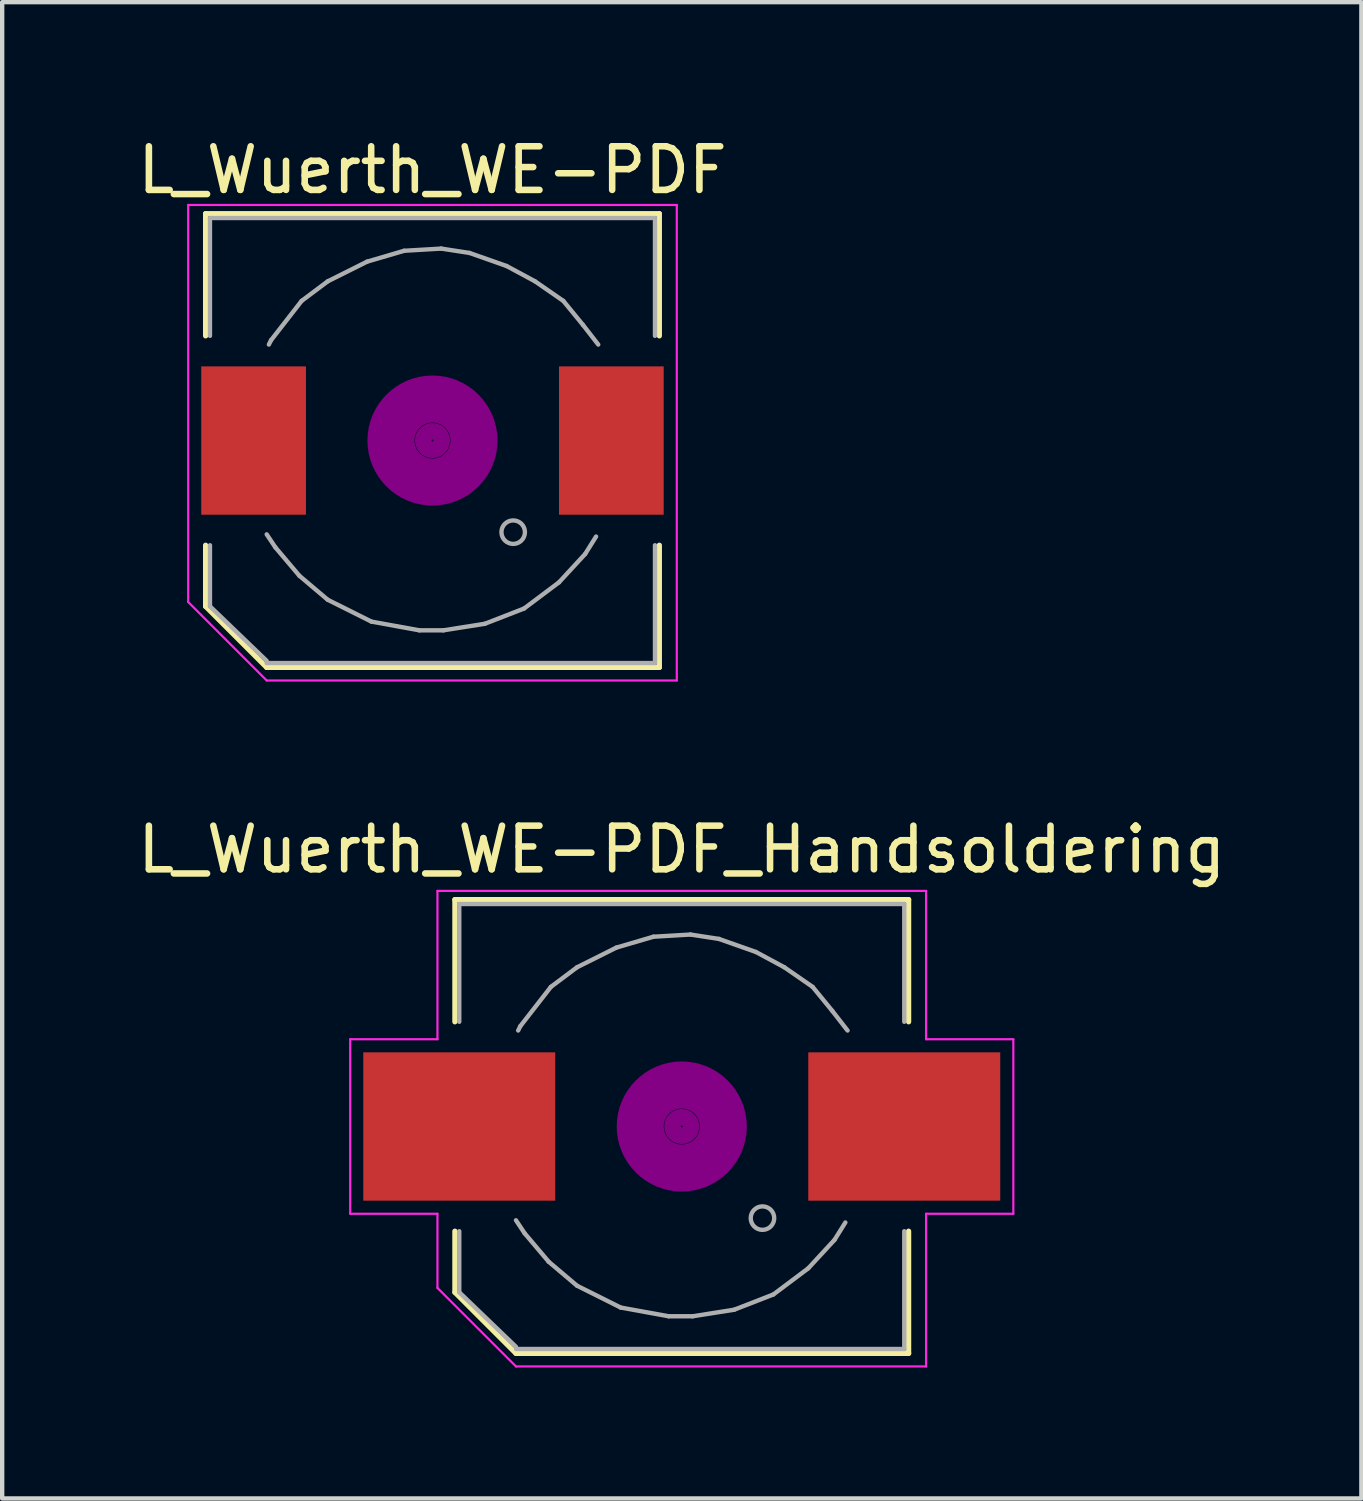
<source format=kicad_pcb>
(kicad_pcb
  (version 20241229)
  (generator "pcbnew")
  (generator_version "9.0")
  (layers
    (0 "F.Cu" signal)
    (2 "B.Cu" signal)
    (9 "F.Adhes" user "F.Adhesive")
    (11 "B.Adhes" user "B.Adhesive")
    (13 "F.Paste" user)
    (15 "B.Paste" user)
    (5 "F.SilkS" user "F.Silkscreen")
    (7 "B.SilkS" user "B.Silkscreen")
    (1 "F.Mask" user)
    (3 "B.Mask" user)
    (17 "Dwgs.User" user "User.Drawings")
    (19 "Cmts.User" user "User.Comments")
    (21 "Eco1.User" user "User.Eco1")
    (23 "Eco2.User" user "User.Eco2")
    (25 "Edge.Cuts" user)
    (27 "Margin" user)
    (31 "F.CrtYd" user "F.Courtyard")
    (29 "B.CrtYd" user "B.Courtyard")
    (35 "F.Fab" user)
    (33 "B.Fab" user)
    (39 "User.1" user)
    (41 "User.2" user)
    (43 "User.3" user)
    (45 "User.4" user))
  (footprint "L_Wuerth_WE-PDF_Handsoldering"
    (layer "F.Cu")
    (at 12.577 22.771)
    (property "Reference" "L_Wuerth_WE-PDF_Handsoldering" (at 0 -6.35 0) (layer "F.SilkS") (effects (font (size 1 1) (thickness 0.15))))
    (attr smd)
    (fp_line (start -5.2 -5.2) (end 5.2 -5.2) (stroke (width 0.12) (type solid)) (layer "F.SilkS"))
    (fp_line (start -5.2 -2.4) (end -5.2 -5.2) (stroke (width 0.12) (type solid)) (layer "F.SilkS"))
    (fp_line (start -5.2 3.8) (end -5.2 2.4) (stroke (width 0.12) (type solid)) (layer "F.SilkS"))
    (fp_line (start -3.8 5.2) (end -5.2 3.8) (stroke (width 0.12) (type solid)) (layer "F.SilkS"))
    (fp_line (start 5.2 -5.2) (end 5.2 -2.4) (stroke (width 0.12) (type solid)) (layer "F.SilkS"))
    (fp_line (start 5.2 2.4) (end 5.2 5.2) (stroke (width 0.12) (type solid)) (layer "F.SilkS"))
    (fp_line (start 5.2 5.2) (end -3.8 5.2) (stroke (width 0.12) (type solid)) (layer "F.SilkS"))
    (fp_circle (center 0 0) (end 0.15 0.15) (stroke (width 0.38) (type solid)) (fill no) (layer "F.Adhes"))
    (fp_circle (center 0 0) (end 0.6 0.05) (stroke (width 0.38) (type solid)) (fill no) (layer "F.Adhes"))
    (fp_circle (center 0 0) (end 0.95 0) (stroke (width 0.38) (type solid)) (fill no) (layer "F.Adhes"))
    (fp_circle (center 0 0) (end 1.3 0.05) (stroke (width 0.38) (type solid)) (fill no) (layer "F.Adhes"))
    (fp_line (start -7.6 -2) (end -5.6 -2) (stroke (width 0.05) (type solid)) (layer "F.CrtYd"))
    (fp_line (start -7.6 2) (end -7.6 -2) (stroke (width 0.05) (type solid)) (layer "F.CrtYd"))
    (fp_line (start -5.6 -5.4) (end 5.6 -5.4) (stroke (width 0.05) (type solid)) (layer "F.CrtYd"))
    (fp_line (start -5.6 -2) (end -5.6 -5.4) (stroke (width 0.05) (type solid)) (layer "F.CrtYd"))
    (fp_line (start -5.6 2) (end -7.6 2) (stroke (width 0.05) (type solid)) (layer "F.CrtYd"))
    (fp_line (start -5.6 3.7) (end -5.6 2) (stroke (width 0.05) (type solid)) (layer "F.CrtYd"))
    (fp_line (start -3.8 5.5) (end -5.6 3.7) (stroke (width 0.05) (type solid)) (layer "F.CrtYd"))
    (fp_line (start 5.6 -5.4) (end 5.6 -2) (stroke (width 0.05) (type solid)) (layer "F.CrtYd"))
    (fp_line (start 5.6 -2) (end 7.6 -2) (stroke (width 0.05) (type solid)) (layer "F.CrtYd"))
    (fp_line (start 5.6 2) (end 5.6 5.5) (stroke (width 0.05) (type solid)) (layer "F.CrtYd"))
    (fp_line (start 5.6 5.5) (end -3.8 5.5) (stroke (width 0.05) (type solid)) (layer "F.CrtYd"))
    (fp_line (start 7.6 -2) (end 7.6 2) (stroke (width 0.05) (type solid)) (layer "F.CrtYd"))
    (fp_line (start 7.6 2) (end 5.6 2) (stroke (width 0.05) (type solid)) (layer "F.CrtYd"))
    (fp_line (start -5.1 -5.1) (end -5.1 -2.4) (stroke (width 0.1) (type solid)) (layer "F.Fab"))
    (fp_line (start -5.1 2.4) (end -5.1 3.8) (stroke (width 0.1) (type solid)) (layer "F.Fab"))
    (fp_line (start -5.1 3.8) (end -3.8 5.05) (stroke (width 0.1) (type solid)) (layer "F.Fab"))
    (fp_line (start -3.8 2.15) (end -3.6 2.45) (stroke (width 0.1) (type solid)) (layer "F.Fab"))
    (fp_line (start -3.7 -2.3) (end -3.75 -2.2) (stroke (width 0.1) (type solid)) (layer "F.Fab"))
    (fp_line (start -3.6 2.45) (end -3.05 3.1) (stroke (width 0.1) (type solid)) (layer "F.Fab"))
    (fp_line (start -3.05 3.1) (end -2.4 3.65) (stroke (width 0.1) (type solid)) (layer "F.Fab"))
    (fp_line (start -3 -3.2) (end -3.7 -2.3) (stroke (width 0.1) (type solid)) (layer "F.Fab"))
    (fp_line (start -2.4 -3.65) (end -3 -3.2) (stroke (width 0.1) (type solid)) (layer "F.Fab"))
    (fp_line (start -2.4 3.65) (end -1.4 4.15) (stroke (width 0.1) (type solid)) (layer "F.Fab"))
    (fp_line (start -1.5 -4.1) (end -2.4 -3.65) (stroke (width 0.1) (type solid)) (layer "F.Fab"))
    (fp_line (start -1.4 4.15) (end -0.3 4.35) (stroke (width 0.1) (type solid)) (layer "F.Fab"))
    (fp_line (start -0.65 -4.35) (end -1.5 -4.1) (stroke (width 0.1) (type solid)) (layer "F.Fab"))
    (fp_line (start -0.3 4.35) (end 0.25 4.35) (stroke (width 0.1) (type solid)) (layer "F.Fab"))
    (fp_line (start 0.2 -4.4) (end -0.65 -4.35) (stroke (width 0.1) (type solid)) (layer "F.Fab"))
    (fp_line (start 0.25 4.35) (end 1.2 4.2) (stroke (width 0.1) (type solid)) (layer "F.Fab"))
    (fp_line (start 0.85 -4.3) (end 0.2 -4.4) (stroke (width 0.1) (type solid)) (layer "F.Fab"))
    (fp_line (start 1.2 4.2) (end 2.1 3.85) (stroke (width 0.1) (type solid)) (layer "F.Fab"))
    (fp_line (start 1.7 -4) (end 0.85 -4.3) (stroke (width 0.1) (type solid)) (layer "F.Fab"))
    (fp_line (start 2.1 3.85) (end 2.9 3.25) (stroke (width 0.1) (type solid)) (layer "F.Fab"))
    (fp_line (start 2.35 -3.65) (end 1.7 -4) (stroke (width 0.1) (type solid)) (layer "F.Fab"))
    (fp_line (start 2.9 3.25) (end 3.5 2.6) (stroke (width 0.1) (type solid)) (layer "F.Fab"))
    (fp_line (start 3 -3.2) (end 2.35 -3.65) (stroke (width 0.1) (type solid)) (layer "F.Fab"))
    (fp_line (start 3.45 -2.65) (end 3 -3.2) (stroke (width 0.1) (type solid)) (layer "F.Fab"))
    (fp_line (start 3.5 2.6) (end 3.75 2.2) (stroke (width 0.1) (type solid)) (layer "F.Fab"))
    (fp_line (start 3.8 -2.2) (end 3.45 -2.65) (stroke (width 0.1) (type solid)) (layer "F.Fab"))
    (fp_line (start 5.1 -5.1) (end -5.1 -5.1) (stroke (width 0.1) (type solid)) (layer "F.Fab"))
    (fp_line (start 5.1 -5.1) (end 5.1 -2.4) (stroke (width 0.1) (type solid)) (layer "F.Fab"))
    (fp_line (start 5.1 5.1) (end -3.8 5.1) (stroke (width 0.1) (type solid)) (layer "F.Fab"))
    (fp_line (start 5.1 5.1) (end 5.1 2.4) (stroke (width 0.1) (type solid)) (layer "F.Fab"))
    (fp_circle (center 1.85 2.1) (end 2.1 2.2) (stroke (width 0.1) (type solid)) (fill no) (layer "F.Fab"))
    (pad "1" smd rect (at -5.1 0) (size 4.4 3.4) (layers "F.Cu" "F.Mask" "F.Paste"))
    (pad "2" smd rect (at 5.1 0) (size 4.4 3.4) (layers "F.Cu" "F.Mask" "F.Paste")))
  (footprint "L_Wuerth_WE-PDF"
    (layer "F.Cu")
    (at 6.863 7.048)
    (property "Reference" "L_Wuerth_WE-PDF" (at 0 -6.2 0) (layer "F.SilkS") (effects (font (size 1 1) (thickness 0.15))))
    (attr smd)
    (fp_line (start -5.2 -5.2) (end 5.2 -5.2) (stroke (width 0.12) (type solid)) (layer "F.SilkS"))
    (fp_line (start -5.2 -2.4) (end -5.2 -5.2) (stroke (width 0.12) (type solid)) (layer "F.SilkS"))
    (fp_line (start -5.2 3.8) (end -5.2 2.4) (stroke (width 0.12) (type solid)) (layer "F.SilkS"))
    (fp_line (start -3.8 5.2) (end -5.2 3.8) (stroke (width 0.12) (type solid)) (layer "F.SilkS"))
    (fp_line (start 5.2 -5.2) (end 5.2 -2.4) (stroke (width 0.12) (type solid)) (layer "F.SilkS"))
    (fp_line (start 5.2 2.4) (end 5.2 5.2) (stroke (width 0.12) (type solid)) (layer "F.SilkS"))
    (fp_line (start 5.2 5.2) (end -3.8 5.2) (stroke (width 0.12) (type solid)) (layer "F.SilkS"))
    (fp_circle (center 0 0) (end 0.15 0.15) (stroke (width 0.38) (type solid)) (fill no) (layer "F.Adhes"))
    (fp_circle (center 0 0) (end 0.6 0.05) (stroke (width 0.38) (type solid)) (fill no) (layer "F.Adhes"))
    (fp_circle (center 0 0) (end 0.95 0) (stroke (width 0.38) (type solid)) (fill no) (layer "F.Adhes"))
    (fp_circle (center 0 0) (end 1.3 0.05) (stroke (width 0.38) (type solid)) (fill no) (layer "F.Adhes"))
    (fp_line (start -5.6 -5.4) (end 5.6 -5.4) (stroke (width 0.05) (type solid)) (layer "F.CrtYd"))
    (fp_line (start -5.6 3.7) (end -5.6 -5.4) (stroke (width 0.05) (type solid)) (layer "F.CrtYd"))
    (fp_line (start -3.8 5.5) (end -5.6 3.7) (stroke (width 0.05) (type solid)) (layer "F.CrtYd"))
    (fp_line (start 5.6 -5.4) (end 5.6 5.5) (stroke (width 0.05) (type solid)) (layer "F.CrtYd"))
    (fp_line (start 5.6 5.5) (end -3.8 5.5) (stroke (width 0.05) (type solid)) (layer "F.CrtYd"))
    (fp_line (start -5.1 -5.1) (end -5.1 -2.4) (stroke (width 0.1) (type solid)) (layer "F.Fab"))
    (fp_line (start -5.1 2.4) (end -5.1 3.8) (stroke (width 0.1) (type solid)) (layer "F.Fab"))
    (fp_line (start -5.1 3.8) (end -3.8 5.05) (stroke (width 0.1) (type solid)) (layer "F.Fab"))
    (fp_line (start -3.8 2.15) (end -3.6 2.45) (stroke (width 0.1) (type solid)) (layer "F.Fab"))
    (fp_line (start -3.7 -2.3) (end -3.75 -2.2) (stroke (width 0.1) (type solid)) (layer "F.Fab"))
    (fp_line (start -3.6 2.45) (end -3.05 3.1) (stroke (width 0.1) (type solid)) (layer "F.Fab"))
    (fp_line (start -3.05 3.1) (end -2.4 3.65) (stroke (width 0.1) (type solid)) (layer "F.Fab"))
    (fp_line (start -3 -3.2) (end -3.7 -2.3) (stroke (width 0.1) (type solid)) (layer "F.Fab"))
    (fp_line (start -2.4 -3.65) (end -3 -3.2) (stroke (width 0.1) (type solid)) (layer "F.Fab"))
    (fp_line (start -2.4 3.65) (end -1.4 4.15) (stroke (width 0.1) (type solid)) (layer "F.Fab"))
    (fp_line (start -1.5 -4.1) (end -2.4 -3.65) (stroke (width 0.1) (type solid)) (layer "F.Fab"))
    (fp_line (start -1.4 4.15) (end -0.3 4.35) (stroke (width 0.1) (type solid)) (layer "F.Fab"))
    (fp_line (start -0.65 -4.35) (end -1.5 -4.1) (stroke (width 0.1) (type solid)) (layer "F.Fab"))
    (fp_line (start -0.3 4.35) (end 0.25 4.35) (stroke (width 0.1) (type solid)) (layer "F.Fab"))
    (fp_line (start 0.2 -4.4) (end -0.65 -4.35) (stroke (width 0.1) (type solid)) (layer "F.Fab"))
    (fp_line (start 0.25 4.35) (end 1.2 4.2) (stroke (width 0.1) (type solid)) (layer "F.Fab"))
    (fp_line (start 0.85 -4.3) (end 0.2 -4.4) (stroke (width 0.1) (type solid)) (layer "F.Fab"))
    (fp_line (start 1.2 4.2) (end 2.1 3.85) (stroke (width 0.1) (type solid)) (layer "F.Fab"))
    (fp_line (start 1.7 -4) (end 0.85 -4.3) (stroke (width 0.1) (type solid)) (layer "F.Fab"))
    (fp_line (start 2.1 3.85) (end 2.9 3.25) (stroke (width 0.1) (type solid)) (layer "F.Fab"))
    (fp_line (start 2.35 -3.65) (end 1.7 -4) (stroke (width 0.1) (type solid)) (layer "F.Fab"))
    (fp_line (start 2.9 3.25) (end 3.5 2.6) (stroke (width 0.1) (type solid)) (layer "F.Fab"))
    (fp_line (start 3 -3.2) (end 2.35 -3.65) (stroke (width 0.1) (type solid)) (layer "F.Fab"))
    (fp_line (start 3.45 -2.65) (end 3 -3.2) (stroke (width 0.1) (type solid)) (layer "F.Fab"))
    (fp_line (start 3.5 2.6) (end 3.75 2.2) (stroke (width 0.1) (type solid)) (layer "F.Fab"))
    (fp_line (start 3.8 -2.2) (end 3.45 -2.65) (stroke (width 0.1) (type solid)) (layer "F.Fab"))
    (fp_line (start 5.1 -5.1) (end -5.1 -5.1) (stroke (width 0.1) (type solid)) (layer "F.Fab"))
    (fp_line (start 5.1 -5.1) (end 5.1 -2.4) (stroke (width 0.1) (type solid)) (layer "F.Fab"))
    (fp_line (start 5.1 5.1) (end -3.8 5.1) (stroke (width 0.1) (type solid)) (layer "F.Fab"))
    (fp_line (start 5.1 5.1) (end 5.1 2.4) (stroke (width 0.1) (type solid)) (layer "F.Fab"))
    (fp_circle (center 1.85 2.1) (end 2.1 2.2) (stroke (width 0.1) (type solid)) (fill no) (layer "F.Fab"))
    (pad "1" smd rect (at -4.1 0) (size 2.4 3.4) (layers "F.Cu" "F.Mask" "F.Paste"))
    (pad "2" smd rect (at 4.1 0) (size 2.4 3.4) (layers "F.Cu" "F.Mask" "F.Paste")))
  (gr_rect
    (start -3 -3)
    (end 28.155 31.297)
    (stroke (width 0.1) (type default))
    (fill no)
    (layer "Edge.Cuts")))
</source>
